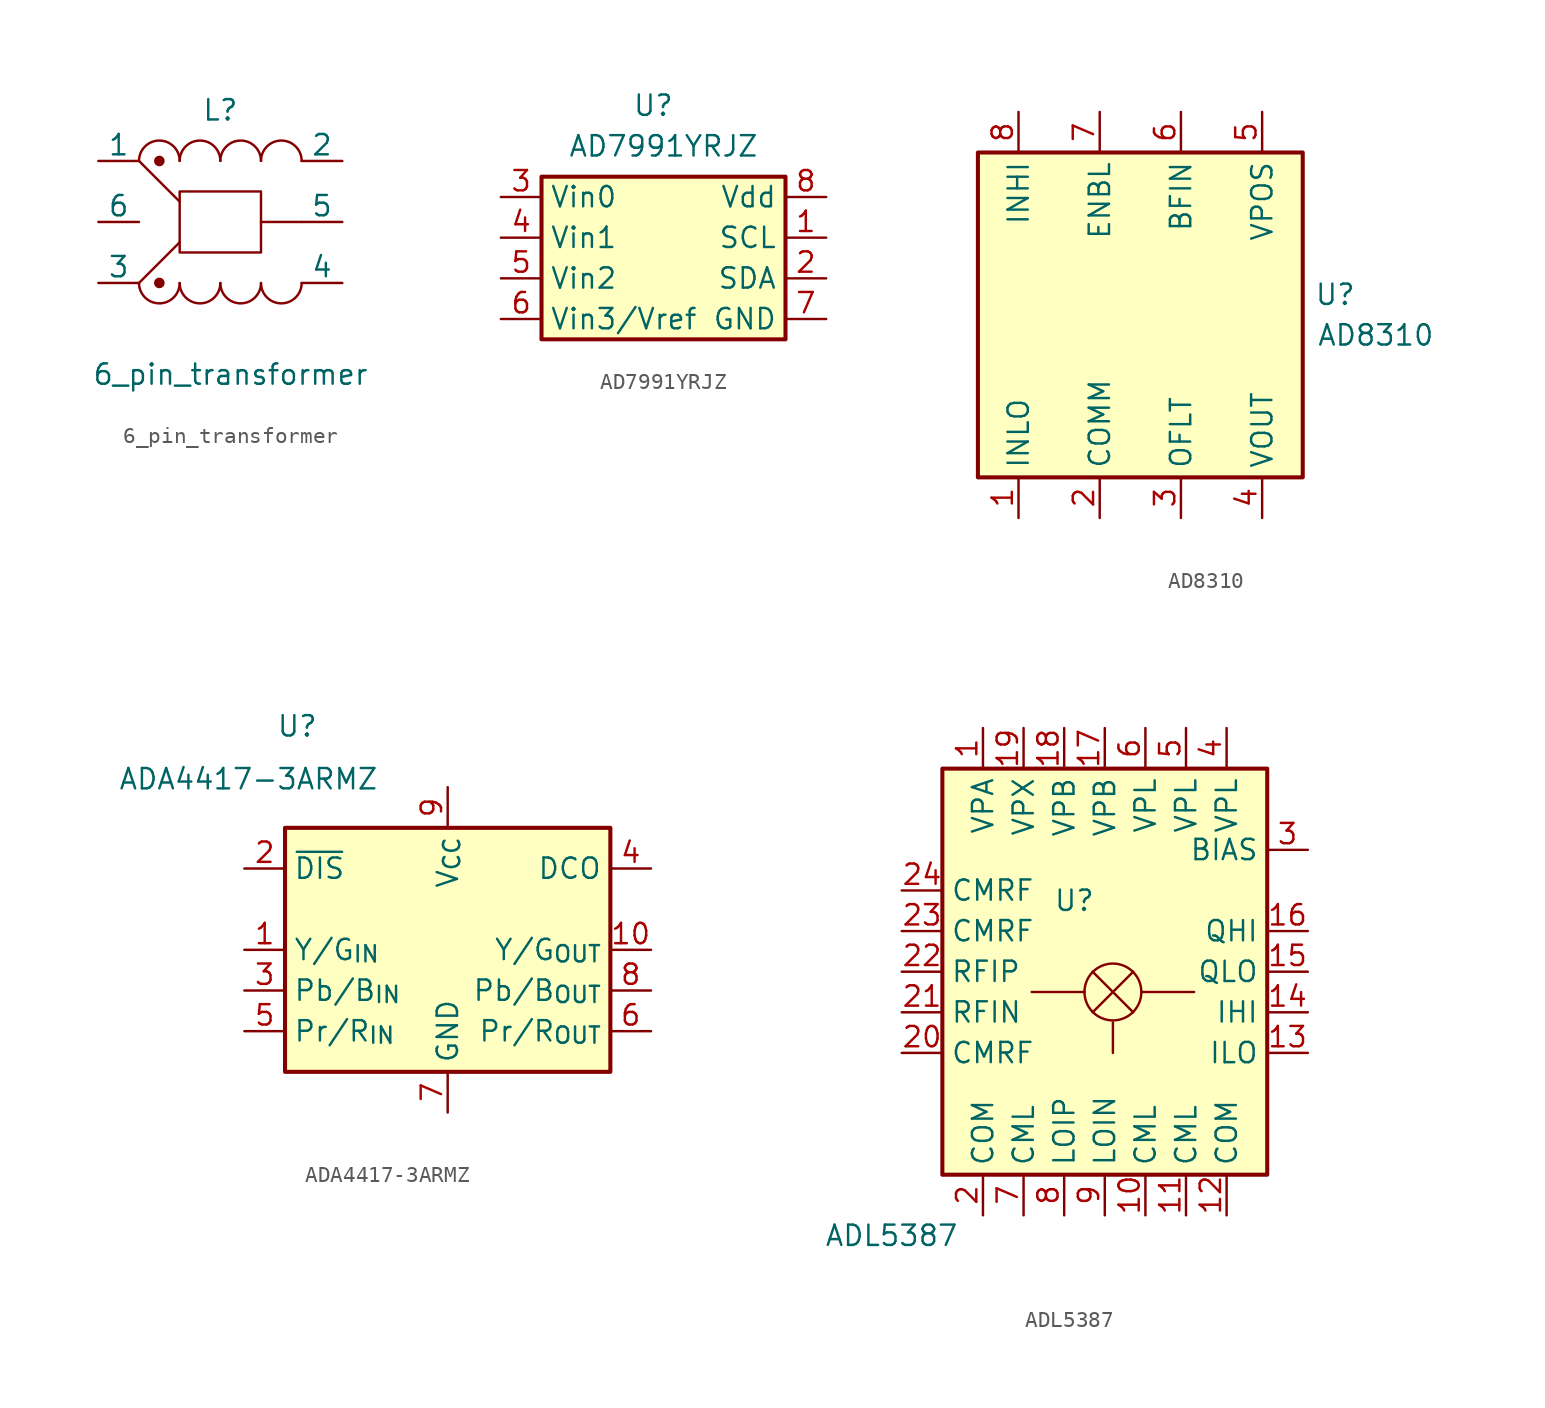
<source format=kicad_sym>
(kicad_symbol_lib
  (version 20231120)
  (generator "kicad_symbol_editor")
  (generator_version "8.0")
  (symbol "6_pin_transformer"
    (pin_numbers hide)
    (pin_names
      (offset 0))
    (property "Reference" "L"
      (at 0 10.795 0)
      (effects (font (size 1.27 1.27))))
    (property "Value" "6_pin_transformer"
      (at 0.635 -5.715 0)
      (effects (font (size 1.27 1.27))))
    (symbol "6_pin_transformer_0_1"
      (arc (start -5.08 -0.0055) (mid -3.81 -1.27) (end -2.54 -0.0055) (stroke (width 0) (type default)) (fill (type none)))
      (circle (center -3.81 0) (radius 0.254) (stroke (width 0) (type default)) (fill (type outline)))
      (circle (center -3.81 7.62) (radius 0.254) (stroke (width 0) (type default)) (fill (type outline)))
      (arc (start -2.54 -0.0055) (mid -1.27 -1.27) (end 0 -0.0055) (stroke (width 0) (type default)) (fill (type none)))
      (rectangle (start -2.54 5.715) (end 2.54 1.905) (stroke (width 0) (type default)) (fill (type none)))
      (arc (start -2.54 7.6255) (mid -3.81 8.89) (end -5.08 7.6255) (stroke (width 0) (type default)) (fill (type none)))
      (arc (start 0 -0.0055) (mid 1.27 -1.27) (end 2.54 -0.0055) (stroke (width 0) (type default)) (fill (type none)))
      (polyline (pts (xy -2.54 2.54) (xy -5.08 0)) (stroke (width 0) (type default)) (fill (type none)))
      (polyline (pts (xy -2.54 5.08) (xy -5.08 7.62)) (stroke (width 0) (type default)) (fill (type none)))
      (polyline (pts (xy 5.08 3.81) (xy 2.54 3.81)) (stroke (width 0) (type default)) (fill (type none)))
      (arc (start 0 7.6255) (mid -1.27 8.89) (end -2.54 7.6255) (stroke (width 0) (type default)) (fill (type none)))
      (arc (start 2.54 -0.0055) (mid 3.81 -1.27) (end 5.08 -0.0055) (stroke (width 0) (type default)) (fill (type none)))
      (arc (start 2.54 7.6255) (mid 1.27 8.89) (end 0 7.6255) (stroke (width 0) (type default)) (fill (type none)))
      (arc (start 5.08 7.6255) (mid 3.81 8.89) (end 2.54 7.6255) (stroke (width 0) (type default)) (fill (type none))))
    (symbol "6_pin_transformer_1_1"
      (pin passive line (at -7.62 7.62 0) (length 2.54) (name "1" (effects (font (size 1.27 1.27)))) (number "1" (effects (font (size 1.27 1.27)))))
      (pin passive line (at 7.62 7.62 180) (length 2.54) (name "2" (effects (font (size 1.27 1.27)))) (number "2" (effects (font (size 1.27 1.27)))))
      (pin passive line (at -7.62 0 0) (length 2.54) (name "3" (effects (font (size 1.27 1.27)))) (number "3" (effects (font (size 1.27 1.27)))))
      (pin passive line (at 7.62 0 180) (length 2.54) (name "4" (effects (font (size 1.27 1.27)))) (number "4" (effects (font (size 1.27 1.27)))))
      (pin passive line (at 7.62 3.81 180) (length 2.54) (name "5" (effects (font (size 1.27 1.27)))) (number "5" (effects (font (size 1.27 1.27)))))
      (pin passive line (at -7.62 3.81 0) (length 2.54) (name "6" (effects (font (size 1.27 1.27)))) (number "6" (effects (font (size 1.27 1.27)))))))
  (symbol "AD7991YRJZ"
    (property "Reference" "U"
      (at -0.635 10.795 0)
      (effects (font (size 1.27 1.27))))
    (property "Value" "AD7991YRJZ"
      (at 0 8.255 0)
      (effects (font (size 1.27 1.27))))
    (symbol "AD7991YRJZ_0_1"
      (rectangle (start -7.62 6.35) (end 7.62 -3.81) (stroke (width 0.254) (type default)) (fill (type background))))
    (symbol "AD7991YRJZ_1_1"
      (pin input line (at 10.16 2.54 180) (length 2.54) (name "SCL" (effects (font (size 1.27 1.27)))) (number "1" (effects (font (size 1.27 1.27)))))
      (pin bidirectional line (at 10.16 0 180) (length 2.54) (name "SDA" (effects (font (size 1.27 1.27)))) (number "2" (effects (font (size 1.27 1.27)))))
      (pin open_collector line (at -10.16 5.08 0) (length 2.54) (name "Vin0" (effects (font (size 1.27 1.27)))) (number "3" (effects (font (size 1.27 1.27)))))
      (pin input line (at -10.16 2.54 0) (length 2.54) (name "Vin1" (effects (font (size 1.27 1.27)))) (number "4" (effects (font (size 1.27 1.27)))))
      (pin input line (at -10.16 0 0) (length 2.54) (name "Vin2" (effects (font (size 1.27 1.27)))) (number "5" (effects (font (size 1.27 1.27)))))
      (pin input line (at -10.16 -2.54 0) (length 2.54) (name "Vin3/Vref" (effects (font (size 1.27 1.27)))) (number "6" (effects (font (size 1.27 1.27)))))
      (pin power_in line (at 10.16 -2.54 180) (length 2.54) (name "GND" (effects (font (size 1.27 1.27)))) (number "7" (effects (font (size 1.27 1.27)))))
      (pin power_in line (at 10.16 5.08 180) (length 2.54) (name "Vdd" (effects (font (size 1.27 1.27)))) (number "8" (effects (font (size 1.27 1.27)))))))
  (symbol "AD8310"
    (property "Reference" "U"
      (at 12.192 1.27 0)
      (effects (font (size 1.27 1.27))))
    (property "Value" "AD8310"
      (at 14.732 -1.27 0)
      (effects (font (size 1.27 1.27))))
    (symbol "AD8310_0_1"
      (rectangle (start -10.16 10.16) (end 10.16 -10.16) (stroke (width 0.254) (type default)) (fill (type background))))
    (symbol "AD8310_1_1"
      (pin input line (at -7.62 -12.7 90) (length 2.54) (name "INLO" (effects (font (size 1.27 1.27)))) (number "1" (effects (font (size 1.27 1.27)))))
      (pin input line (at -2.54 -12.7 90) (length 2.54) (name "COMM" (effects (font (size 1.27 1.27)))) (number "2" (effects (font (size 1.27 1.27)))))
      (pin input line (at 2.54 -12.7 90) (length 2.54) (name "OFLT" (effects (font (size 1.27 1.27)))) (number "3" (effects (font (size 1.27 1.27)))))
      (pin output line (at 7.62 -12.7 90) (length 2.54) (name "VOUT" (effects (font (size 1.27 1.27)))) (number "4" (effects (font (size 1.27 1.27)))))
      (pin power_in line (at 7.62 12.7 270) (length 2.54) (name "VPOS" (effects (font (size 1.27 1.27)))) (number "5" (effects (font (size 1.27 1.27)))))
      (pin input line (at 2.54 12.7 270) (length 2.54) (name "BFIN" (effects (font (size 1.27 1.27)))) (number "6" (effects (font (size 1.27 1.27)))))
      (pin input line (at -2.54 12.7 270) (length 2.54) (name "ENBL" (effects (font (size 1.27 1.27)))) (number "7" (effects (font (size 1.27 1.27)))))
      (pin input line (at -7.62 12.7 270) (length 2.54) (name "INHI" (effects (font (size 1.27 1.27)))) (number "8" (effects (font (size 1.27 1.27)))))))
  (symbol "ADA4417-3ARMZ"
    (property "Reference" "U"
      (at -9.398 13.97 0)
      (effects (font (size 1.27 1.27))))
    (property "Value" "ADA4417-3ARMZ"
      (at -12.446 10.668 0)
      (effects (font (size 1.27 1.27))))
    (symbol "ADA4417-3ARMZ_0_1"
      (rectangle (start -10.16 7.62) (end 10.16 -7.62) (stroke (width 0.254) (type default)) (fill (type background))))
    (symbol "ADA4417-3ARMZ_1_1"
      (pin input line (at -12.7 0 0) (length 2.54) (name "Y/G_{IN}" (effects (font (size 1.27 1.27)))) (number "1" (effects (font (size 1.27 1.27)))))
      (pin output line (at 12.7 0 180) (length 2.54) (name "Y/G_{OUT}" (effects (font (size 1.27 1.27)))) (number "10" (effects (font (size 1.27 1.27)))))
      (pin input line (at -12.7 5.08 0) (length 2.54) (name "~{DIS}" (effects (font (size 1.27 1.27)))) (number "2" (effects (font (size 1.27 1.27)))))
      (pin input line (at -12.7 -2.54 0) (length 2.54) (name "Pb/B_{IN}" (effects (font (size 1.27 1.27)))) (number "3" (effects (font (size 1.27 1.27)))))
      (pin input line (at 12.7 5.08 180) (length 2.54) (name "DCO" (effects (font (size 1.27 1.27)))) (number "4" (effects (font (size 1.27 1.27)))))
      (pin input line (at -12.7 -5.08 0) (length 2.54) (name "Pr/R_{IN}" (effects (font (size 1.27 1.27)))) (number "5" (effects (font (size 1.27 1.27)))))
      (pin output line (at 12.7 -5.08 180) (length 2.54) (name "Pr/R_{OUT}" (effects (font (size 1.27 1.27)))) (number "6" (effects (font (size 1.27 1.27)))))
      (pin power_in line (at 0 -10.16 90) (length 2.54) (name "GND" (effects (font (size 1.27 1.27)))) (number "7" (effects (font (size 1.27 1.27)))))
      (pin output line (at 12.7 -2.54 180) (length 2.54) (name "Pb/B_{OUT}" (effects (font (size 1.27 1.27)))) (number "8" (effects (font (size 1.27 1.27)))))
      (pin power_in line (at 0 10.16 270) (length 2.54) (name "V_{CC}" (effects (font (size 1.27 1.27)))) (number "9" (effects (font (size 1.27 1.27)))))))
  (symbol "ADL5387"
    (property "Reference" "U"
      (at -1.905 4.445 0)
      (effects (font (size 1.27 1.27))))
    (property "Value" "ADL5387"
      (at -13.335 -16.51 0)
      (effects (font (size 1.27 1.27))))
    (symbol "ADL5387_0_1"
      (rectangle (start -10.16 12.7) (end 10.16 -12.7) (stroke (width 0.254) (type default)) (fill (type background)))
      (polyline (pts (xy 0.508 -3.175) (xy 0.508 -5.08)) (stroke (width 0) (type default)) (fill (type none))))
    (symbol "ADL5387_1_1"
      (polyline (pts (xy -1.27 -1.27) (xy -4.572 -1.27)) (stroke (width 0) (type default)) (fill (type none)))
      (polyline (pts (xy -0.762 -2.54) (xy 1.778 0)) (stroke (width 0) (type default)) (fill (type none)))
      (polyline (pts (xy -0.762 0) (xy 1.778 -2.54)) (stroke (width 0) (type default)) (fill (type none)))
      (polyline (pts (xy 2.286 -1.27) (xy 5.588 -1.27)) (stroke (width 0) (type default)) (fill (type none)))
      (circle (center 0.508 -1.27) (radius 1.778) (stroke (width 0) (type default)) (fill (type none)))
      (pin power_in line (at -7.62 15.24 270) (length 2.54) (name "VPA" (effects (font (size 1.27 1.27)))) (number "1" (effects (font (size 1.27 1.27)))))
      (pin passive line (at 2.54 -15.24 90) (length 2.54) (name "CML" (effects (font (size 1.27 1.27)))) (number "10" (effects (font (size 1.27 1.27)))))
      (pin passive line (at 5.08 -15.24 90) (length 2.54) (name "CML" (effects (font (size 1.27 1.27)))) (number "11" (effects (font (size 1.27 1.27)))))
      (pin passive line (at 7.62 -15.24 90) (length 2.54) (name "COM" (effects (font (size 1.27 1.27)))) (number "12" (effects (font (size 1.27 1.27)))))
      (pin output line (at 12.7 -5.08 180) (length 2.54) (name "ILO" (effects (font (size 1.27 1.27)))) (number "13" (effects (font (size 1.27 1.27)))))
      (pin output line (at 12.7 -2.54 180) (length 2.54) (name "IHI" (effects (font (size 1.27 1.27)))) (number "14" (effects (font (size 1.27 1.27)))))
      (pin output line (at 12.7 0 180) (length 2.54) (name "QLO" (effects (font (size 1.27 1.27)))) (number "15" (effects (font (size 1.27 1.27)))))
      (pin output line (at 12.7 2.54 180) (length 2.54) (name "QHI" (effects (font (size 1.27 1.27)))) (number "16" (effects (font (size 1.27 1.27)))))
      (pin power_in line (at 0 15.24 270) (length 2.54) (name "VPB" (effects (font (size 1.27 1.27)))) (number "17" (effects (font (size 1.27 1.27)))))
      (pin power_in line (at -2.54 15.24 270) (length 2.54) (name "VPB" (effects (font (size 1.27 1.27)))) (number "18" (effects (font (size 1.27 1.27)))))
      (pin power_in line (at -5.08 15.24 270) (length 2.54) (name "VPX" (effects (font (size 1.27 1.27)))) (number "19" (effects (font (size 1.27 1.27)))))
      (pin passive line (at -7.62 -15.24 90) (length 2.54) (name "COM" (effects (font (size 1.27 1.27)))) (number "2" (effects (font (size 1.27 1.27)))))
      (pin passive line (at -12.7 -5.08 0) (length 2.54) (name "CMRF" (effects (font (size 1.27 1.27)))) (number "20" (effects (font (size 1.27 1.27)))))
      (pin input line (at -12.7 -2.54 0) (length 2.54) (name "RFIN" (effects (font (size 1.27 1.27)))) (number "21" (effects (font (size 1.27 1.27)))))
      (pin input line (at -12.7 0 0) (length 2.54) (name "RFIP" (effects (font (size 1.27 1.27)))) (number "22" (effects (font (size 1.27 1.27)))))
      (pin passive line (at -12.7 2.54 0) (length 2.54) (name "CMRF" (effects (font (size 1.27 1.27)))) (number "23" (effects (font (size 1.27 1.27)))))
      (pin passive line (at -12.7 5.08 0) (length 2.54) (name "CMRF" (effects (font (size 1.27 1.27)))) (number "24" (effects (font (size 1.27 1.27)))))
      (pin passive line (at -7.62 -15.24 90) (length 2.54) hide (name "GND" (effects (font (size 1.27 1.27)))) (number "25" (effects (font (size 1.27 1.27)))))
      (pin input line (at 12.7 7.62 180) (length 2.54) (name "BIAS" (effects (font (size 1.27 1.27)))) (number "3" (effects (font (size 1.27 1.27)))))
      (pin power_in line (at 7.62 15.24 270) (length 2.54) (name "VPL" (effects (font (size 1.27 1.27)))) (number "4" (effects (font (size 1.27 1.27)))))
      (pin power_in line (at 5.08 15.24 270) (length 2.54) (name "VPL" (effects (font (size 1.27 1.27)))) (number "5" (effects (font (size 1.27 1.27)))))
      (pin power_in line (at 2.54 15.24 270) (length 2.54) (name "VPL" (effects (font (size 1.27 1.27)))) (number "6" (effects (font (size 1.27 1.27)))))
      (pin passive line (at -5.08 -15.24 90) (length 2.54) (name "CML" (effects (font (size 1.27 1.27)))) (number "7" (effects (font (size 1.27 1.27)))))
      (pin input line (at -2.54 -15.24 90) (length 2.54) (name "LOIP" (effects (font (size 1.27 1.27)))) (number "8" (effects (font (size 1.27 1.27)))))
      (pin input line (at 0 -15.24 90) (length 2.54) (name "LOIN" (effects (font (size 1.27 1.27)))) (number "9" (effects (font (size 1.27 1.27))))))))
</source>
